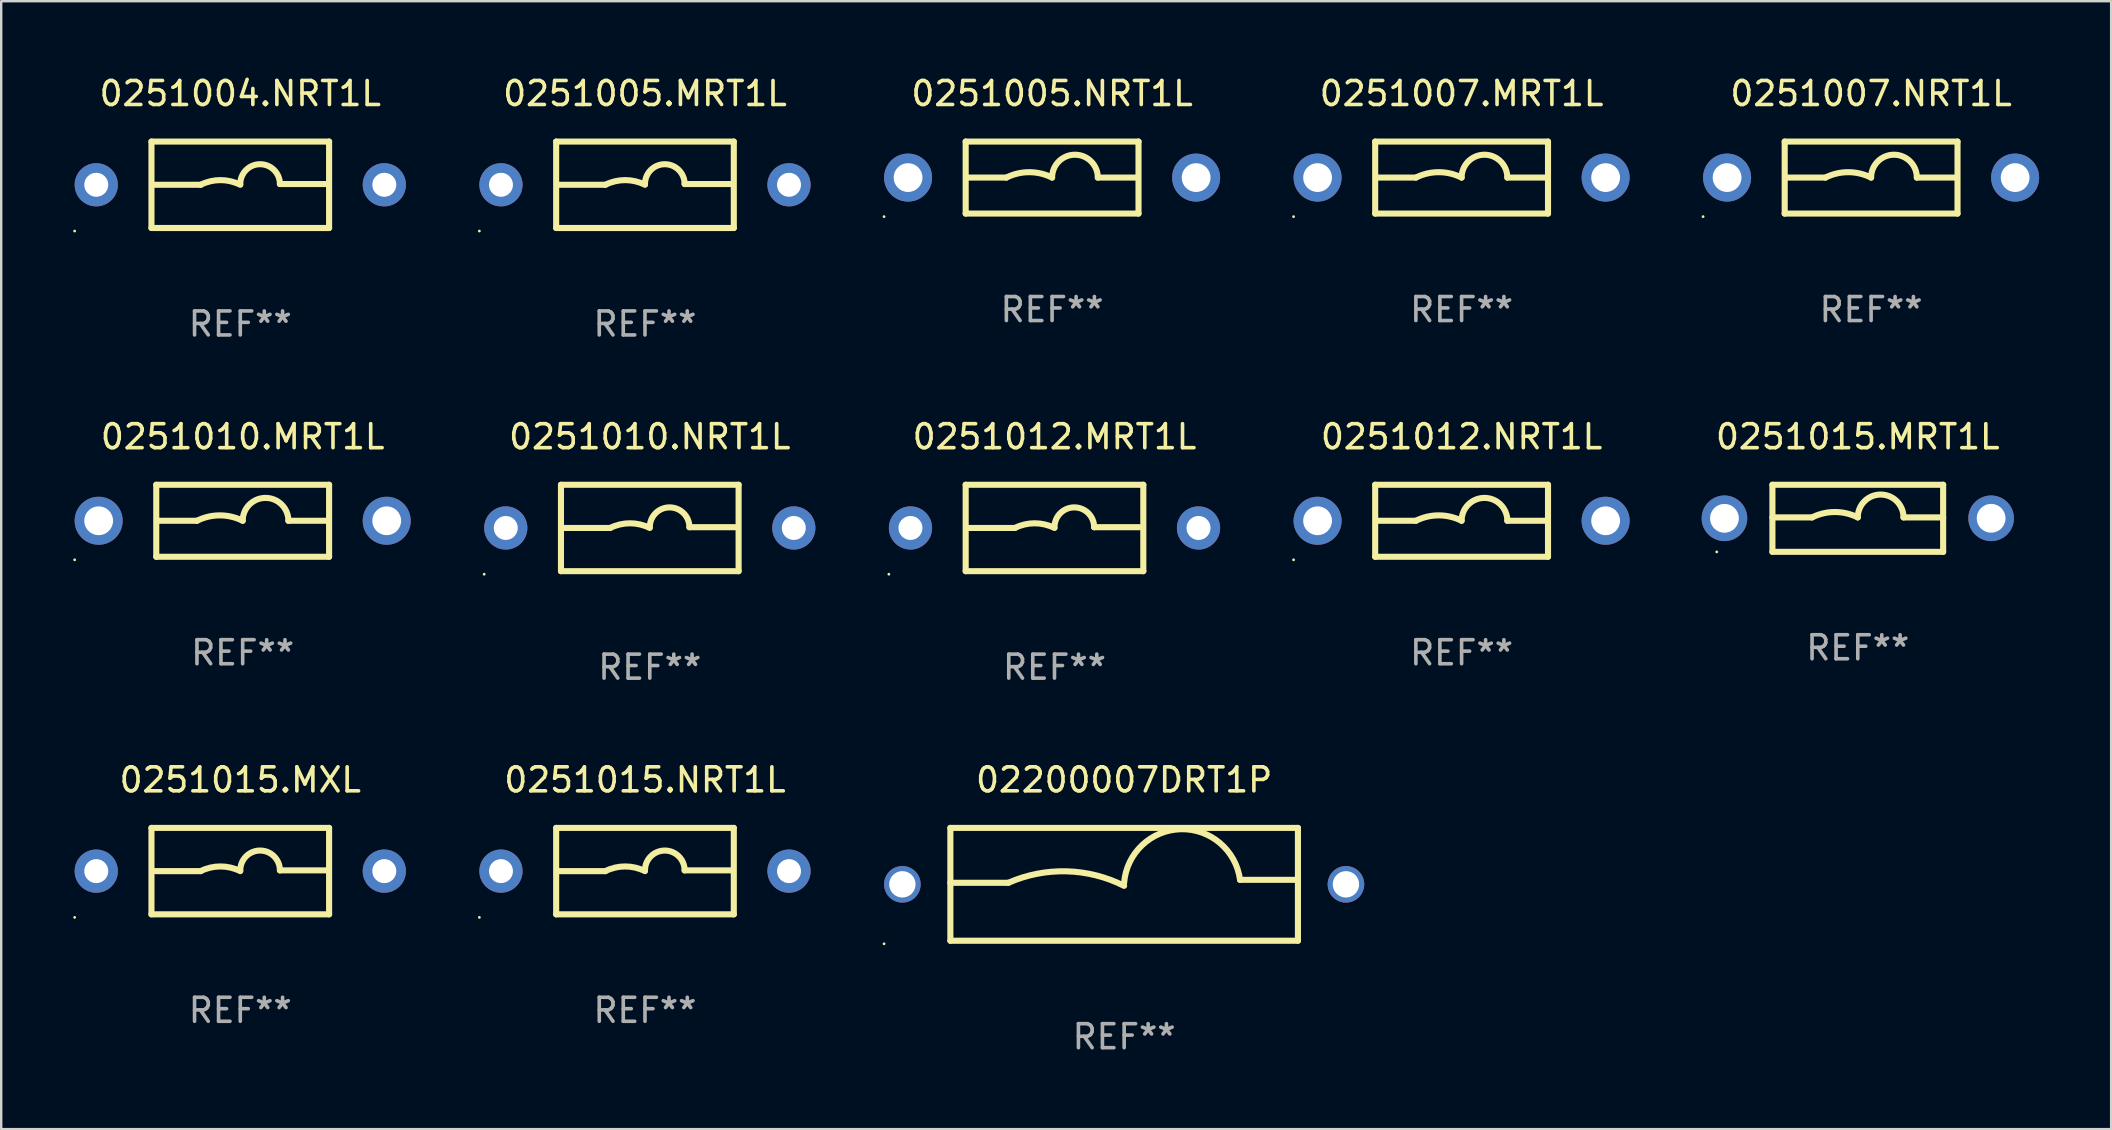
<source format=kicad_pcb>
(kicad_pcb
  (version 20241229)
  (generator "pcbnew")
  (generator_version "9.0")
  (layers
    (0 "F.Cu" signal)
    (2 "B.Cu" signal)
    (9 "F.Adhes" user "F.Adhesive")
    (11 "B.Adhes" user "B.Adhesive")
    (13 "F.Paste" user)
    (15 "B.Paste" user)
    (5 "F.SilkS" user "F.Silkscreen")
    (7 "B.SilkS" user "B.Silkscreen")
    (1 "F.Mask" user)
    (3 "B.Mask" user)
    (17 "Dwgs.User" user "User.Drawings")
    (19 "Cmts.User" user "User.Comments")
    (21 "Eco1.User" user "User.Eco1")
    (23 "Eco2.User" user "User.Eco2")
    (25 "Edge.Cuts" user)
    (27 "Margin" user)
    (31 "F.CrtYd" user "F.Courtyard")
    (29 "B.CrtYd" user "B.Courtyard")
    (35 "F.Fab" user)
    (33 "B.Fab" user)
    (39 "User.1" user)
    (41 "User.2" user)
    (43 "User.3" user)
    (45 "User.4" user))
  (footprint "0251004.NRT1L"
    (layer "F.Cu")
    (at 6.96 4.648)
    (property "Reference" "0251004.NRT1L" (at 0 -3.8 0) (layer "F.SilkS") (effects (font (size 1 1) (thickness 0.15))))
    (attr through_hole)
    (fp_line (start -3.7 -1.8) (end -3.7 1.8) (stroke (width 0.254) (type solid)) (layer "F.SilkS"))
    (fp_line (start -3.7 -1.8) (end 3.7 -1.8) (stroke (width 0.254) (type solid)) (layer "F.SilkS"))
    (fp_line (start -3.7 1.8) (end 3.7 1.8) (stroke (width 0.254) (type solid)) (layer "F.SilkS"))
    (fp_line (start -3.556 0) (end -1.651 0) (stroke (width 0.254) (type solid)) (layer "F.SilkS"))
    (fp_line (start 3.556 -0.032) (end 1.651 -0.032) (stroke (width 0.254) (type solid)) (layer "F.SilkS"))
    (fp_line (start 3.7 -1.8) (end 3.7 1.8) (stroke (width 0.254) (type solid)) (layer "F.SilkS"))
    (fp_arc (start -1.651003 0) (mid -0.825502 -0.194874) (end 0 0) (stroke (width 0.254001) (type solid)) (layer "F.SilkS"))
    (fp_arc (start 0.000025 -0.031699) (mid 0.825527 -0.857201) (end 1.651029 -0.031699) (stroke (width 0.254001) (type solid)) (layer "F.SilkS"))
    (fp_circle (center -6.9 1.927) (end -6.87 1.927) (stroke (width 0.06) (type solid)) (fill no) (layer "F.SilkS"))
    (fp_text user "REF**" (at 0 5.8 0) (layer "F.Fab") (effects (font (size 1 1) (thickness 0.15))))
    (pad "1" thru_hole circle (at -6 0) (size 1.8 1.8) (drill 1) (layers "*.Cu" "*.Mask"))
    (pad "2" thru_hole circle (at 6 0) (size 1.8 1.8) (drill 1) (layers "*.Cu" "*.Mask")))
  (footprint "0251007.MRT1L"
    (layer "F.Cu")
    (at 57.84 4.348)
    (property "Reference" "0251007.MRT1L" (at 0 -3.5 0) (layer "F.SilkS") (effects (font (size 1 1) (thickness 0.15))))
    (attr through_hole)
    (fp_line (start -3.6 -1.5) (end -3.6 1.5) (stroke (width 0.254) (type solid)) (layer "F.SilkS"))
    (fp_line (start -3.6 -1.5) (end 3.6 -1.5) (stroke (width 0.254) (type solid)) (layer "F.SilkS"))
    (fp_line (start -3.6 1.5) (end 3.6 1.5) (stroke (width 0.254) (type solid)) (layer "F.SilkS"))
    (fp_line (start -3.556 0) (end -1.905 0) (stroke (width 0.254) (type solid)) (layer "F.SilkS"))
    (fp_line (start 3.556 0) (end 1.905 0) (stroke (width 0.254) (type solid)) (layer "F.SilkS"))
    (fp_line (start 3.6 -1.5) (end 3.6 1.5) (stroke (width 0.254) (type solid)) (layer "F.SilkS"))
    (fp_arc (start -1.905004 0) (mid -0.952502 -0.224855) (end 0 0) (stroke (width 0.254001) (type solid)) (layer "F.SilkS"))
    (fp_arc (start 0 0) (mid 0.952502 -0.952502) (end 1.905004 0) (stroke (width 0.254001) (type solid)) (layer "F.SilkS"))
    (fp_circle (center -7 1.627) (end -6.97 1.627) (stroke (width 0.06) (type solid)) (fill no) (layer "F.SilkS"))
    (fp_text user "REF**" (at 0 5.5 0) (layer "F.Fab") (effects (font (size 1 1) (thickness 0.15))))
    (pad "1" thru_hole circle (at -6 0) (size 2 2) (drill 1.2) (layers "*.Cu" "*.Mask"))
    (pad "2" thru_hole circle (at 6 0) (size 2 2) (drill 1.2) (layers "*.Cu" "*.Mask")))
  (footprint "02200007DRT1P"
    (layer "F.Cu")
    (at 43.782 33.791)
    (property "Reference" "02200007DRT1P" (at 0 -4.35 0) (layer "F.SilkS") (effects (font (size 1 1) (thickness 0.15))))
    (attr through_hole)
    (fp_line (start -7.24 -2.35) (end 7.24 -2.35) (stroke (width 0.254) (type solid)) (layer "F.SilkS"))
    (fp_line (start -7.24 2.35) (end -7.24 -2.35) (stroke (width 0.254) (type solid)) (layer "F.SilkS"))
    (fp_line (start -7.24 2.35) (end 7.24 2.35) (stroke (width 0.254) (type solid)) (layer "F.SilkS"))
    (fp_line (start -4.824 -0.064) (end -7.24 -0.064) (stroke (width 0.254) (type solid)) (layer "F.SilkS"))
    (fp_line (start 4.828 -0.188) (end 7.24 -0.188) (stroke (width 0.254) (type solid)) (layer "F.SilkS"))
    (fp_line (start 7.24 2.35) (end 7.24 -2.35) (stroke (width 0.254) (type solid)) (layer "F.SilkS"))
    (fp_arc (start -4.824359 -0.063754) (mid -2.398785 -0.542073) (end -0.001702 0.063068) (stroke (width 0.254001) (type solid)) (layer "F.SilkS"))
    (fp_arc (start -0.001625 -0.061493) (mid 2.355932 -2.296691) (end 4.827711 -0.188494) (stroke (width 0.254001) (type solid)) (layer "F.SilkS"))
    (fp_circle (center -10.002 2.477) (end -9.972 2.477) (stroke (width 0.06) (type solid)) (fill no) (layer "F.SilkS"))
    (fp_text user "REF**" (at 0 6.35 0) (layer "F.Fab") (effects (font (size 1 1) (thickness 0.15))))
    (pad "1" thru_hole circle (at -9.24 0) (size 1.524 1.524) (drill 1.1) (layers "*.Cu" "*.Mask"))
    (pad "2" thru_hole circle (at 9.24 0) (size 1.524 1.524) (drill 1.1) (layers "*.Cu" "*.Mask")))
  (footprint "0251015.MRT1L"
    (layer "F.Cu")
    (at 74.345 18.542)
    (property "Reference" "0251015.MRT1L" (at 0 -3.397 0) (layer "F.SilkS") (effects (font (size 1 1) (thickness 0.15))))
    (attr through_hole)
    (fp_line (start -3.556 -1.397) (end -3.556 1.397) (stroke (width 0.254) (type solid)) (layer "F.SilkS"))
    (fp_line (start -3.556 -0.037) (end -1.905 -0.037) (stroke (width 0.254) (type solid)) (layer "F.SilkS"))
    (fp_line (start -3.556 1.397) (end 3.556 1.397) (stroke (width 0.254) (type solid)) (layer "F.SilkS"))
    (fp_line (start 3.556 -1.397) (end -3.556 -1.397) (stroke (width 0.254) (type solid)) (layer "F.SilkS"))
    (fp_line (start 3.556 -0.037) (end 1.905 -0.037) (stroke (width 0.254) (type solid)) (layer "F.SilkS"))
    (fp_line (start 3.556 1.397) (end 3.556 -1.397) (stroke (width 0.254) (type solid)) (layer "F.SilkS"))
    (fp_arc (start -1.905004 -0.036627) (mid -0.952502 -0.261482) (end 0 -0.036627) (stroke (width 0.254001) (type solid)) (layer "F.SilkS"))
    (fp_arc (start 0 -0.036627) (mid 0.952502 -0.989129) (end 1.905004 -0.036627) (stroke (width 0.254001) (type solid)) (layer "F.SilkS"))
    (fp_circle (center -5.875 1.4) (end -5.845 1.4) (stroke (width 0.06) (type solid)) (fill no) (layer "F.SilkS"))
    (fp_text user "REF**" (at 0 5.397 0) (layer "F.Fab") (effects (font (size 1 1) (thickness 0.15))))
    (pad "1" thru_hole circle (at -5.555 0) (size 1.9 1.9) (drill 1.2) (layers "*.Cu" "*.Mask"))
    (pad "2" thru_hole circle (at 5.555 0) (size 1.9 1.9) (drill 1.2) (layers "*.Cu" "*.Mask")))
  (footprint "0251010.NRT1L"
    (layer "F.Cu")
    (at 24.02 18.945)
    (property "Reference" "0251010.NRT1L" (at 0 -3.8 0) (layer "F.SilkS") (effects (font (size 1 1) (thickness 0.15))))
    (attr through_hole)
    (fp_line (start -3.7 -1.8) (end -3.7 1.8) (stroke (width 0.254) (type solid)) (layer "F.SilkS"))
    (fp_line (start -3.7 -1.8) (end 3.7 -1.8) (stroke (width 0.254) (type solid)) (layer "F.SilkS"))
    (fp_line (start -3.7 1.8) (end 3.7 1.8) (stroke (width 0.254) (type solid)) (layer "F.SilkS"))
    (fp_line (start -3.556 0) (end -1.651 0) (stroke (width 0.254) (type solid)) (layer "F.SilkS"))
    (fp_line (start 3.556 -0.032) (end 1.651 -0.032) (stroke (width 0.254) (type solid)) (layer "F.SilkS"))
    (fp_line (start 3.7 -1.8) (end 3.7 1.8) (stroke (width 0.254) (type solid)) (layer "F.SilkS"))
    (fp_arc (start -1.651003 0) (mid -0.825502 -0.194874) (end 0 0) (stroke (width 0.254001) (type solid)) (layer "F.SilkS"))
    (fp_arc (start 0.000025 -0.031699) (mid 0.825527 -0.857201) (end 1.651029 -0.031699) (stroke (width 0.254001) (type solid)) (layer "F.SilkS"))
    (fp_circle (center -6.9 1.927) (end -6.87 1.927) (stroke (width 0.06) (type solid)) (fill no) (layer "F.SilkS"))
    (fp_text user "REF**" (at 0 5.8 0) (layer "F.Fab") (effects (font (size 1 1) (thickness 0.15))))
    (pad "1" thru_hole circle (at -6 0) (size 1.8 1.8) (drill 1) (layers "*.Cu" "*.Mask"))
    (pad "2" thru_hole circle (at 6 0) (size 1.8 1.8) (drill 1) (layers "*.Cu" "*.Mask")))
  (footprint "0251005.MRT1L"
    (layer "F.Cu")
    (at 23.82 4.648)
    (property "Reference" "0251005.MRT1L" (at 0 -3.8 0) (layer "F.SilkS") (effects (font (size 1 1) (thickness 0.15))))
    (attr through_hole)
    (fp_line (start -3.7 -1.8) (end -3.7 1.8) (stroke (width 0.254) (type solid)) (layer "F.SilkS"))
    (fp_line (start -3.7 -1.8) (end 3.7 -1.8) (stroke (width 0.254) (type solid)) (layer "F.SilkS"))
    (fp_line (start -3.7 1.8) (end 3.7 1.8) (stroke (width 0.254) (type solid)) (layer "F.SilkS"))
    (fp_line (start -3.556 0) (end -1.651 0) (stroke (width 0.254) (type solid)) (layer "F.SilkS"))
    (fp_line (start 3.556 -0.032) (end 1.651 -0.032) (stroke (width 0.254) (type solid)) (layer "F.SilkS"))
    (fp_line (start 3.7 -1.8) (end 3.7 1.8) (stroke (width 0.254) (type solid)) (layer "F.SilkS"))
    (fp_arc (start -1.651003 0) (mid -0.825502 -0.194874) (end 0 0) (stroke (width 0.254001) (type solid)) (layer "F.SilkS"))
    (fp_arc (start 0.000025 -0.031699) (mid 0.825527 -0.857201) (end 1.651029 -0.031699) (stroke (width 0.254001) (type solid)) (layer "F.SilkS"))
    (fp_circle (center -6.9 1.927) (end -6.87 1.927) (stroke (width 0.06) (type solid)) (fill no) (layer "F.SilkS"))
    (fp_text user "REF**" (at 0 5.8 0) (layer "F.Fab") (effects (font (size 1 1) (thickness 0.15))))
    (pad "1" thru_hole circle (at -6 0) (size 1.8 1.8) (drill 1) (layers "*.Cu" "*.Mask"))
    (pad "2" thru_hole circle (at 6 0) (size 1.8 1.8) (drill 1) (layers "*.Cu" "*.Mask")))
  (footprint "0251012.MRT1L"
    (layer "F.Cu")
    (at 40.88 18.945)
    (property "Reference" "0251012.MRT1L" (at 0 -3.8 0) (layer "F.SilkS") (effects (font (size 1 1) (thickness 0.15))))
    (attr through_hole)
    (fp_line (start -3.7 -1.8) (end -3.7 1.8) (stroke (width 0.254) (type solid)) (layer "F.SilkS"))
    (fp_line (start -3.7 -1.8) (end 3.7 -1.8) (stroke (width 0.254) (type solid)) (layer "F.SilkS"))
    (fp_line (start -3.7 1.8) (end 3.7 1.8) (stroke (width 0.254) (type solid)) (layer "F.SilkS"))
    (fp_line (start -3.556 0) (end -1.651 0) (stroke (width 0.254) (type solid)) (layer "F.SilkS"))
    (fp_line (start 3.556 -0.032) (end 1.651 -0.032) (stroke (width 0.254) (type solid)) (layer "F.SilkS"))
    (fp_line (start 3.7 -1.8) (end 3.7 1.8) (stroke (width 0.254) (type solid)) (layer "F.SilkS"))
    (fp_arc (start -1.651003 0) (mid -0.825502 -0.194874) (end 0 0) (stroke (width 0.254001) (type solid)) (layer "F.SilkS"))
    (fp_arc (start 0.000025 -0.031699) (mid 0.825527 -0.857201) (end 1.651029 -0.031699) (stroke (width 0.254001) (type solid)) (layer "F.SilkS"))
    (fp_circle (center -6.9 1.927) (end -6.87 1.927) (stroke (width 0.06) (type solid)) (fill no) (layer "F.SilkS"))
    (fp_text user "REF**" (at 0 5.8 0) (layer "F.Fab") (effects (font (size 1 1) (thickness 0.15))))
    (pad "1" thru_hole circle (at -6 0) (size 1.8 1.8) (drill 1) (layers "*.Cu" "*.Mask"))
    (pad "2" thru_hole circle (at 6 0) (size 1.8 1.8) (drill 1) (layers "*.Cu" "*.Mask")))
  (footprint "0251005.NRT1L"
    (layer "F.Cu")
    (at 40.78 4.348)
    (property "Reference" "0251005.NRT1L" (at 0 -3.5 0) (layer "F.SilkS") (effects (font (size 1 1) (thickness 0.15))))
    (attr through_hole)
    (fp_line (start -3.6 -1.5) (end -3.6 1.5) (stroke (width 0.254) (type solid)) (layer "F.SilkS"))
    (fp_line (start -3.6 -1.5) (end 3.6 -1.5) (stroke (width 0.254) (type solid)) (layer "F.SilkS"))
    (fp_line (start -3.6 1.5) (end 3.6 1.5) (stroke (width 0.254) (type solid)) (layer "F.SilkS"))
    (fp_line (start -3.556 0) (end -1.905 0) (stroke (width 0.254) (type solid)) (layer "F.SilkS"))
    (fp_line (start 3.556 0) (end 1.905 0) (stroke (width 0.254) (type solid)) (layer "F.SilkS"))
    (fp_line (start 3.6 -1.5) (end 3.6 1.5) (stroke (width 0.254) (type solid)) (layer "F.SilkS"))
    (fp_arc (start -1.905004 0) (mid -0.952502 -0.224855) (end 0 0) (stroke (width 0.254001) (type solid)) (layer "F.SilkS"))
    (fp_arc (start 0 0) (mid 0.952502 -0.952502) (end 1.905004 0) (stroke (width 0.254001) (type solid)) (layer "F.SilkS"))
    (fp_circle (center -7 1.627) (end -6.97 1.627) (stroke (width 0.06) (type solid)) (fill no) (layer "F.SilkS"))
    (fp_text user "REF**" (at 0 5.5 0) (layer "F.Fab") (effects (font (size 1 1) (thickness 0.15))))
    (pad "1" thru_hole circle (at -6 0) (size 2 2) (drill 1.2) (layers "*.Cu" "*.Mask"))
    (pad "2" thru_hole circle (at 6 0) (size 2 2) (drill 1.2) (layers "*.Cu" "*.Mask")))
  (footprint "0251015.MXL"
    (layer "F.Cu")
    (at 6.96 33.241)
    (property "Reference" "0251015.MXL" (at 0 -3.8 0) (layer "F.SilkS") (effects (font (size 1 1) (thickness 0.15))))
    (attr through_hole)
    (fp_line (start -3.7 -1.8) (end -3.7 1.8) (stroke (width 0.254) (type solid)) (layer "F.SilkS"))
    (fp_line (start -3.7 -1.8) (end 3.7 -1.8) (stroke (width 0.254) (type solid)) (layer "F.SilkS"))
    (fp_line (start -3.7 1.8) (end 3.7 1.8) (stroke (width 0.254) (type solid)) (layer "F.SilkS"))
    (fp_line (start -3.556 0) (end -1.651 0) (stroke (width 0.254) (type solid)) (layer "F.SilkS"))
    (fp_line (start 3.556 -0.032) (end 1.651 -0.032) (stroke (width 0.254) (type solid)) (layer "F.SilkS"))
    (fp_line (start 3.7 -1.8) (end 3.7 1.8) (stroke (width 0.254) (type solid)) (layer "F.SilkS"))
    (fp_arc (start -1.651003 0) (mid -0.825502 -0.194874) (end 0 0) (stroke (width 0.254001) (type solid)) (layer "F.SilkS"))
    (fp_arc (start 0.000025 -0.031699) (mid 0.825527 -0.857201) (end 1.651029 -0.031699) (stroke (width 0.254001) (type solid)) (layer "F.SilkS"))
    (fp_circle (center -6.9 1.927) (end -6.87 1.927) (stroke (width 0.06) (type solid)) (fill no) (layer "F.SilkS"))
    (fp_text user "REF**" (at 0 5.8 0) (layer "F.Fab") (effects (font (size 1 1) (thickness 0.15))))
    (pad "1" thru_hole circle (at -6 0) (size 1.8 1.8) (drill 1) (layers "*.Cu" "*.Mask"))
    (pad "2" thru_hole circle (at 6 0) (size 1.8 1.8) (drill 1) (layers "*.Cu" "*.Mask")))
  (footprint "0251012.NRT1L"
    (layer "F.Cu")
    (at 57.84 18.645)
    (property "Reference" "0251012.NRT1L" (at 0 -3.5 0) (layer "F.SilkS") (effects (font (size 1 1) (thickness 0.15))))
    (attr through_hole)
    (fp_line (start -3.6 -1.5) (end -3.6 1.5) (stroke (width 0.254) (type solid)) (layer "F.SilkS"))
    (fp_line (start -3.6 -1.5) (end 3.6 -1.5) (stroke (width 0.254) (type solid)) (layer "F.SilkS"))
    (fp_line (start -3.6 1.5) (end 3.6 1.5) (stroke (width 0.254) (type solid)) (layer "F.SilkS"))
    (fp_line (start -3.556 0) (end -1.905 0) (stroke (width 0.254) (type solid)) (layer "F.SilkS"))
    (fp_line (start 3.556 0) (end 1.905 0) (stroke (width 0.254) (type solid)) (layer "F.SilkS"))
    (fp_line (start 3.6 -1.5) (end 3.6 1.5) (stroke (width 0.254) (type solid)) (layer "F.SilkS"))
    (fp_arc (start -1.905004 0) (mid -0.952502 -0.224855) (end 0 0) (stroke (width 0.254001) (type solid)) (layer "F.SilkS"))
    (fp_arc (start 0 0) (mid 0.952502 -0.952502) (end 1.905004 0) (stroke (width 0.254001) (type solid)) (layer "F.SilkS"))
    (fp_circle (center -7 1.627) (end -6.97 1.627) (stroke (width 0.06) (type solid)) (fill no) (layer "F.SilkS"))
    (fp_text user "REF**" (at 0 5.5 0) (layer "F.Fab") (effects (font (size 1 1) (thickness 0.15))))
    (pad "1" thru_hole circle (at -6 0) (size 2 2) (drill 1.2) (layers "*.Cu" "*.Mask"))
    (pad "2" thru_hole circle (at 6 0) (size 2 2) (drill 1.2) (layers "*.Cu" "*.Mask")))
  (footprint "0251015.NRT1L"
    (layer "F.Cu")
    (at 23.82 33.241)
    (property "Reference" "0251015.NRT1L" (at 0 -3.8 0) (layer "F.SilkS") (effects (font (size 1 1) (thickness 0.15))))
    (attr through_hole)
    (fp_line (start -3.7 -1.8) (end -3.7 1.8) (stroke (width 0.254) (type solid)) (layer "F.SilkS"))
    (fp_line (start -3.7 -1.8) (end 3.7 -1.8) (stroke (width 0.254) (type solid)) (layer "F.SilkS"))
    (fp_line (start -3.7 1.8) (end 3.7 1.8) (stroke (width 0.254) (type solid)) (layer "F.SilkS"))
    (fp_line (start -3.556 0) (end -1.651 0) (stroke (width 0.254) (type solid)) (layer "F.SilkS"))
    (fp_line (start 3.556 -0.032) (end 1.651 -0.032) (stroke (width 0.254) (type solid)) (layer "F.SilkS"))
    (fp_line (start 3.7 -1.8) (end 3.7 1.8) (stroke (width 0.254) (type solid)) (layer "F.SilkS"))
    (fp_arc (start -1.651003 0) (mid -0.825502 -0.194874) (end 0 0) (stroke (width 0.254001) (type solid)) (layer "F.SilkS"))
    (fp_arc (start 0.000025 -0.031699) (mid 0.825527 -0.857201) (end 1.651029 -0.031699) (stroke (width 0.254001) (type solid)) (layer "F.SilkS"))
    (fp_circle (center -6.9 1.927) (end -6.87 1.927) (stroke (width 0.06) (type solid)) (fill no) (layer "F.SilkS"))
    (fp_text user "REF**" (at 0 5.8 0) (layer "F.Fab") (effects (font (size 1 1) (thickness 0.15))))
    (pad "1" thru_hole circle (at -6 0) (size 1.8 1.8) (drill 1) (layers "*.Cu" "*.Mask"))
    (pad "2" thru_hole circle (at 6 0) (size 1.8 1.8) (drill 1) (layers "*.Cu" "*.Mask")))
  (footprint "0251007.NRT1L"
    (layer "F.Cu")
    (at 74.9 4.348)
    (property "Reference" "0251007.NRT1L" (at 0 -3.5 0) (layer "F.SilkS") (effects (font (size 1 1) (thickness 0.15))))
    (attr through_hole)
    (fp_line (start -3.6 -1.5) (end -3.6 1.5) (stroke (width 0.254) (type solid)) (layer "F.SilkS"))
    (fp_line (start -3.6 -1.5) (end 3.6 -1.5) (stroke (width 0.254) (type solid)) (layer "F.SilkS"))
    (fp_line (start -3.6 1.5) (end 3.6 1.5) (stroke (width 0.254) (type solid)) (layer "F.SilkS"))
    (fp_line (start -3.556 0) (end -1.905 0) (stroke (width 0.254) (type solid)) (layer "F.SilkS"))
    (fp_line (start 3.556 0) (end 1.905 0) (stroke (width 0.254) (type solid)) (layer "F.SilkS"))
    (fp_line (start 3.6 -1.5) (end 3.6 1.5) (stroke (width 0.254) (type solid)) (layer "F.SilkS"))
    (fp_arc (start -1.905004 0) (mid -0.952502 -0.224855) (end 0 0) (stroke (width 0.254001) (type solid)) (layer "F.SilkS"))
    (fp_arc (start 0 0) (mid 0.952502 -0.952502) (end 1.905004 0) (stroke (width 0.254001) (type solid)) (layer "F.SilkS"))
    (fp_circle (center -7 1.627) (end -6.97 1.627) (stroke (width 0.06) (type solid)) (fill no) (layer "F.SilkS"))
    (fp_text user "REF**" (at 0 5.5 0) (layer "F.Fab") (effects (font (size 1 1) (thickness 0.15))))
    (pad "1" thru_hole circle (at -6 0) (size 2 2) (drill 1.2) (layers "*.Cu" "*.Mask"))
    (pad "2" thru_hole circle (at 6 0) (size 2 2) (drill 1.2) (layers "*.Cu" "*.Mask")))
  (footprint "0251010.MRT1L"
    (layer "F.Cu")
    (at 7.06 18.645)
    (property "Reference" "0251010.MRT1L" (at 0 -3.5 0) (layer "F.SilkS") (effects (font (size 1 1) (thickness 0.15))))
    (attr through_hole)
    (fp_line (start -3.6 -1.5) (end -3.6 1.5) (stroke (width 0.254) (type solid)) (layer "F.SilkS"))
    (fp_line (start -3.6 -1.5) (end 3.6 -1.5) (stroke (width 0.254) (type solid)) (layer "F.SilkS"))
    (fp_line (start -3.6 1.5) (end 3.6 1.5) (stroke (width 0.254) (type solid)) (layer "F.SilkS"))
    (fp_line (start -3.556 0) (end -1.905 0) (stroke (width 0.254) (type solid)) (layer "F.SilkS"))
    (fp_line (start 3.556 0) (end 1.905 0) (stroke (width 0.254) (type solid)) (layer "F.SilkS"))
    (fp_line (start 3.6 -1.5) (end 3.6 1.5) (stroke (width 0.254) (type solid)) (layer "F.SilkS"))
    (fp_arc (start -1.905004 0) (mid -0.952502 -0.224855) (end 0 0) (stroke (width 0.254001) (type solid)) (layer "F.SilkS"))
    (fp_arc (start 0 0) (mid 0.952502 -0.952502) (end 1.905004 0) (stroke (width 0.254001) (type solid)) (layer "F.SilkS"))
    (fp_circle (center -7 1.627) (end -6.97 1.627) (stroke (width 0.06) (type solid)) (fill no) (layer "F.SilkS"))
    (fp_text user "REF**" (at 0 5.5 0) (layer "F.Fab") (effects (font (size 1 1) (thickness 0.15))))
    (pad "1" thru_hole circle (at -6 0) (size 2 2) (drill 1.2) (layers "*.Cu" "*.Mask"))
    (pad "2" thru_hole circle (at 6 0) (size 2 2) (drill 1.2) (layers "*.Cu" "*.Mask")))
  (gr_rect
    (start -3 -3)
    (end 84.9 43.99)
    (stroke (width 0.1) (type default))
    (fill no)
    (layer "Edge.Cuts")))
</source>
